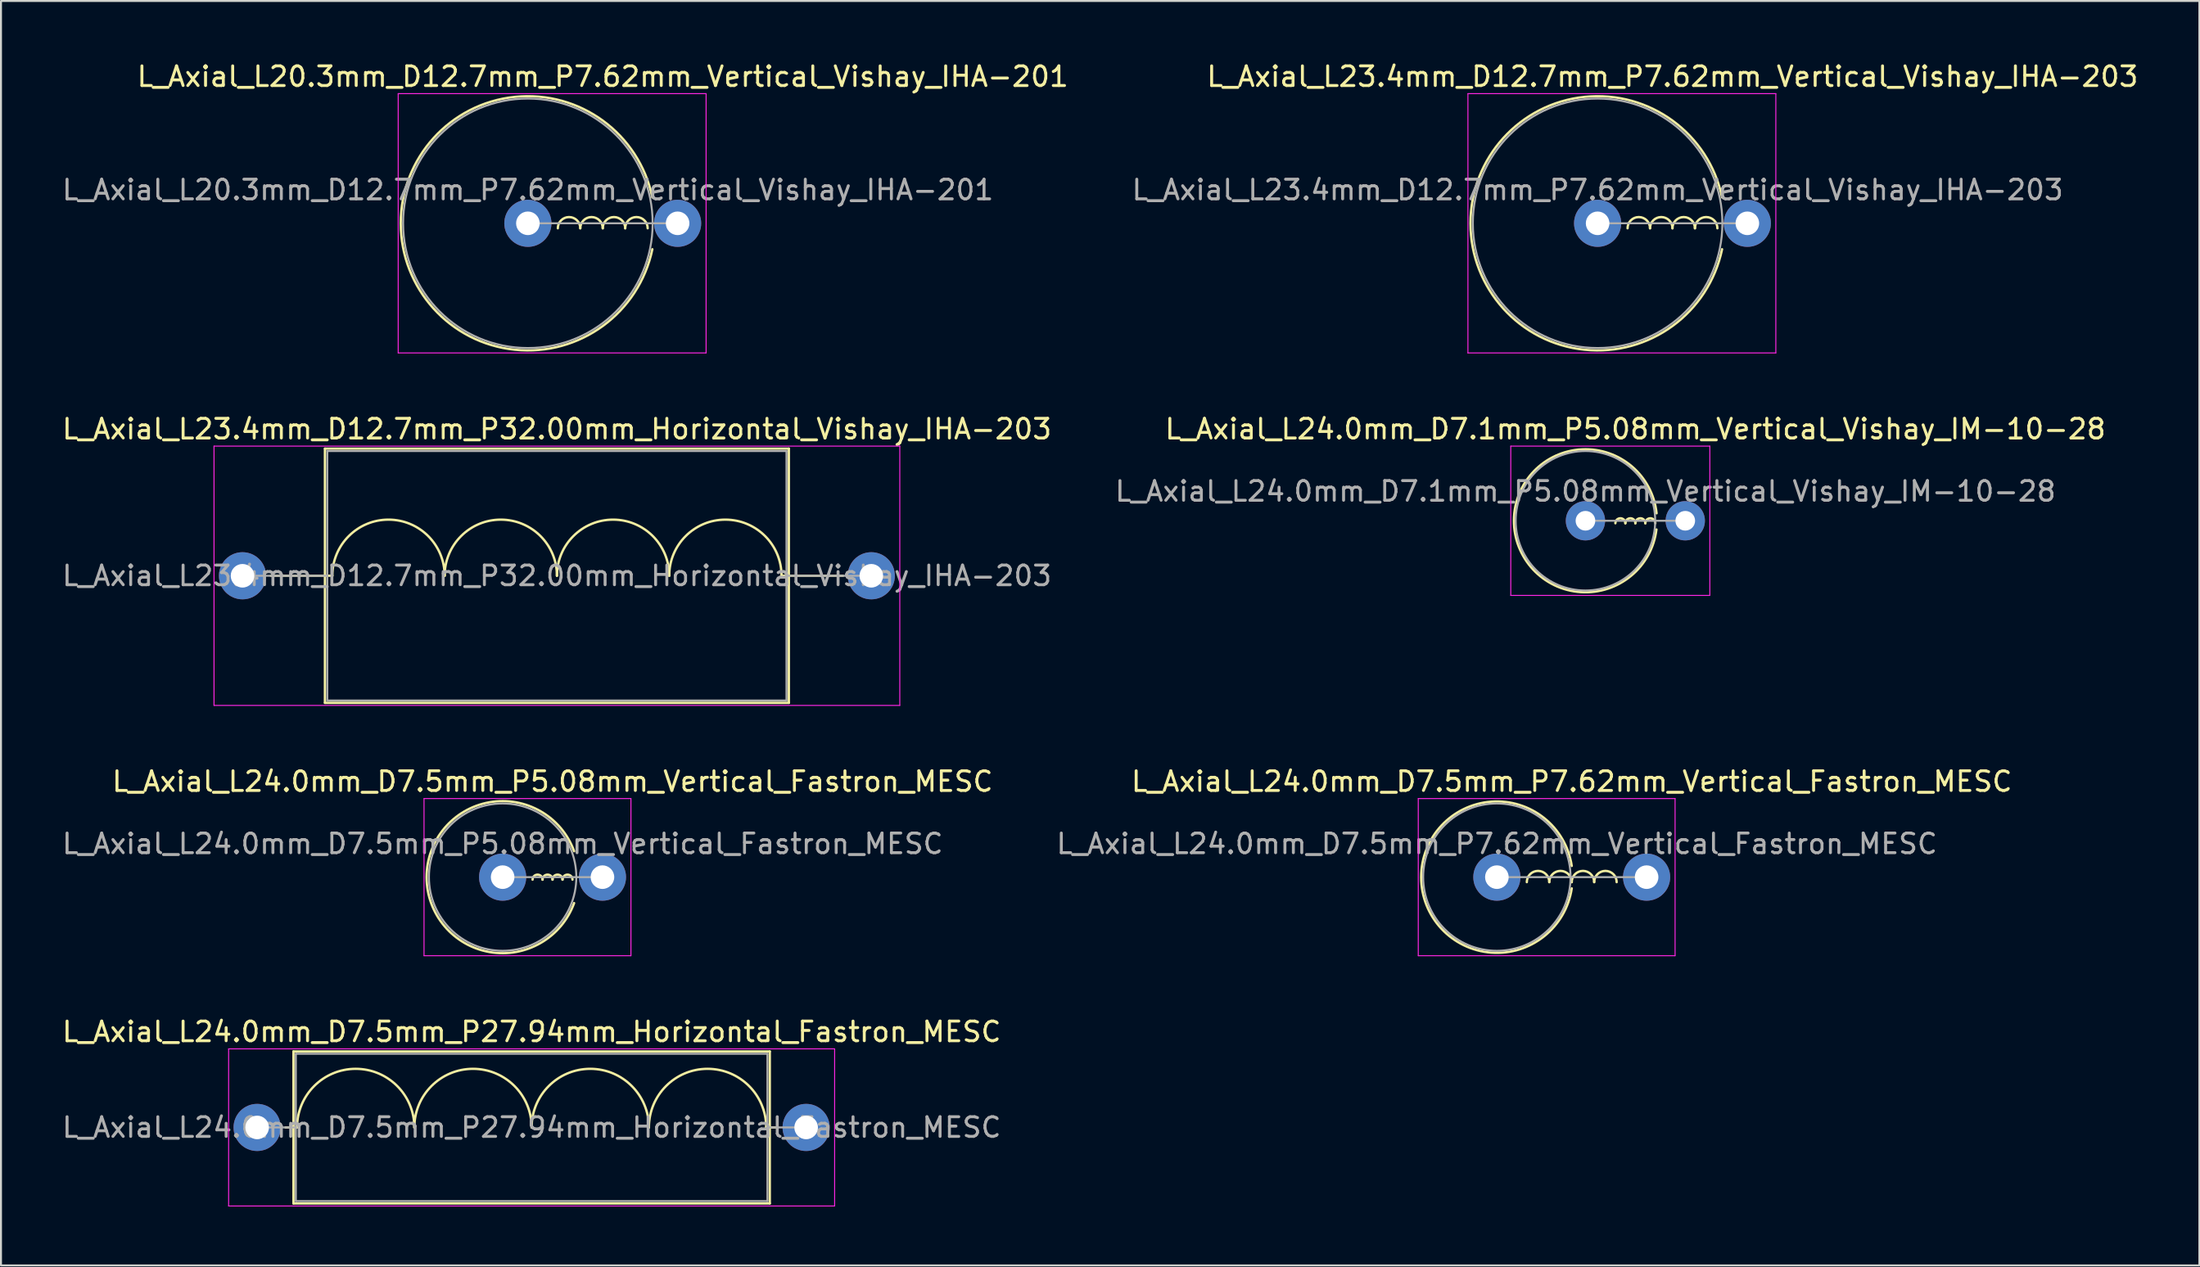
<source format=kicad_pcb>
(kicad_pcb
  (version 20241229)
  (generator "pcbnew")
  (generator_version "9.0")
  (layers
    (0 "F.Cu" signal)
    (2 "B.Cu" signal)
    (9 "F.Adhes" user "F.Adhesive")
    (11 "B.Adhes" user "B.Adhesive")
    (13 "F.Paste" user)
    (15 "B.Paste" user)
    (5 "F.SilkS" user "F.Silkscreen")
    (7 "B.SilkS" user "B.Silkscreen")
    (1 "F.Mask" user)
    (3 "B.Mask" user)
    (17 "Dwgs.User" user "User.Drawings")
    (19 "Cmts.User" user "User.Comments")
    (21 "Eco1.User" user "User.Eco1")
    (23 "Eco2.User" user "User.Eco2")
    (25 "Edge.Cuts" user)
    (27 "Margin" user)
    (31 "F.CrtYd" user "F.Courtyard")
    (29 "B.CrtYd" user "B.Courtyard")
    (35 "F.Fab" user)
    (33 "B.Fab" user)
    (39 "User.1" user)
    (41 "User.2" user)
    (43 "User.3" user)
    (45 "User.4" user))
  (footprint "L_Axial_L20.3mm_D12.7mm_P7.62mm_Vertical_Vishay_IHA-201"
    (layer "F.Cu")
    (at 23.815 8.318)
    (property "Reference" "L_Axial_L20.3mm_D12.7mm_P7.62mm_Vertical_Vishay_IHA-201" (at 3.81 -7.47 0) (layer "F.SilkS") (effects (font (size 1 1) (thickness 0.15))))
    (attr through_hole)
    (fp_arc (start 1.524 0.254) (mid 2.0955 -0.3175) (end 2.667 0.254) (stroke (width 0.12) (type solid)) (layer "F.SilkS"))
    (fp_arc (start 2.667 0.254) (mid 3.2385 -0.3175) (end 3.81 0.254) (stroke (width 0.12) (type solid)) (layer "F.SilkS"))
    (fp_arc (start 3.81 0.254) (mid 4.3815 -0.3175) (end 4.953 0.254) (stroke (width 0.12) (type solid)) (layer "F.SilkS"))
    (fp_arc (start 4.953 0.254) (mid 5.5245 -0.3175) (end 6.096 0.254) (stroke (width 0.12) (type solid)) (layer "F.SilkS"))
    (fp_arc (start 6.333917 1.32) (mid -6.47 0) (end 6.333917 -1.32) (stroke (width 0.12) (type solid)) (layer "F.SilkS"))
    (fp_line (start -6.6 -6.6) (end -6.6 6.6) (stroke (width 0.05) (type solid)) (layer "F.CrtYd"))
    (fp_line (start -6.6 6.6) (end 9.07 6.6) (stroke (width 0.05) (type solid)) (layer "F.CrtYd"))
    (fp_line (start 9.07 -6.6) (end -6.6 -6.6) (stroke (width 0.05) (type solid)) (layer "F.CrtYd"))
    (fp_line (start 9.07 6.6) (end 9.07 -6.6) (stroke (width 0.05) (type solid)) (layer "F.CrtYd"))
    (fp_line (start 0 0) (end 7.62 0) (stroke (width 0.1) (type solid)) (layer "F.Fab"))
    (fp_circle (center 0 0) (end 6.35 0) (stroke (width 0.1) (type solid)) (fill no) (layer "F.Fab"))
    (fp_text user "${REFERENCE}" (at 0 -1.7 0) (layer "F.Fab") (effects (font (size 1 1) (thickness 0.15))))
    (pad "1" thru_hole circle (at 0 0) (size 2.4 2.4) (drill 1.2) (layers "*.Cu" "*.Mask"))
    (pad "2" thru_hole oval (at 7.62 0) (size 2.4 2.4) (drill 1.2) (layers "*.Cu" "*.Mask")))
  (footprint "L_Axial_L24.0mm_D7.5mm_P5.08mm_Vertical_Fastron_MESC"
    (layer "F.Cu")
    (at 22.53 41.605)
    (property "Reference" "L_Axial_L24.0mm_D7.5mm_P5.08mm_Vertical_Fastron_MESC" (at 2.54 -4.87 0) (layer "F.SilkS") (effects (font (size 1 1) (thickness 0.15))))
    (attr through_hole)
    (fp_arc (start 1.524 0.127) (mid 1.778 -0.127) (end 2.032 0.127) (stroke (width 0.12) (type solid)) (layer "F.SilkS"))
    (fp_arc (start 2.032 0.127) (mid 2.286 -0.127) (end 2.54 0.127) (stroke (width 0.12) (type solid)) (layer "F.SilkS"))
    (fp_arc (start 2.54 0.127) (mid 2.794 -0.127) (end 3.048 0.127) (stroke (width 0.12) (type solid)) (layer "F.SilkS"))
    (fp_arc (start 3.048 0.127) (mid 3.302 -0.127) (end 3.556 0.127) (stroke (width 0.12) (type solid)) (layer "F.SilkS"))
    (fp_arc (start 3.637925 1.32) (mid -3.87 0) (end 3.637925 -1.32) (stroke (width 0.12) (type solid)) (layer "F.SilkS"))
    (fp_line (start -4 -4) (end -4 4) (stroke (width 0.05) (type solid)) (layer "F.CrtYd"))
    (fp_line (start -4 4) (end 6.53 4) (stroke (width 0.05) (type solid)) (layer "F.CrtYd"))
    (fp_line (start 6.53 -4) (end -4 -4) (stroke (width 0.05) (type solid)) (layer "F.CrtYd"))
    (fp_line (start 6.53 4) (end 6.53 -4) (stroke (width 0.05) (type solid)) (layer "F.CrtYd"))
    (fp_line (start 0 0) (end 5.08 0) (stroke (width 0.1) (type solid)) (layer "F.Fab"))
    (fp_circle (center 0 0) (end 3.75 0) (stroke (width 0.1) (type solid)) (fill no) (layer "F.Fab"))
    (fp_text user "${REFERENCE}" (at 0 -1.7 0) (layer "F.Fab") (effects (font (size 1 1) (thickness 0.15))))
    (pad "1" thru_hole circle (at 0 0) (size 2.4 2.4) (drill 1.2) (layers "*.Cu" "*.Mask"))
    (pad "2" thru_hole oval (at 5.08 0) (size 2.4 2.4) (drill 1.2) (layers "*.Cu" "*.Mask")))
  (footprint "L_Axial_L23.4mm_D12.7mm_P32.00mm_Horizontal_Vishay_IHA-203"
    (layer "F.Cu")
    (at 9.292 26.262)
    (property "Reference" "L_Axial_L23.4mm_D12.7mm_P32.00mm_Horizontal_Vishay_IHA-203" (at 16 -7.47 0) (layer "F.SilkS") (effects (font (size 1 1) (thickness 0.15))))
    (attr through_hole)
    (fp_line (start 1.44 0) (end 4.195 0) (stroke (width 0.12) (type solid)) (layer "F.SilkS"))
    (fp_line (start 4.195 -6.47) (end 4.195 6.47) (stroke (width 0.12) (type solid)) (layer "F.SilkS"))
    (fp_line (start 4.195 6.47) (end 27.805 6.47) (stroke (width 0.12) (type solid)) (layer "F.SilkS"))
    (fp_line (start 4.572 0) (end 4.191 0) (stroke (width 0.12) (type solid)) (layer "F.SilkS"))
    (fp_line (start 27.432 0) (end 27.813 0) (stroke (width 0.12) (type solid)) (layer "F.SilkS"))
    (fp_line (start 27.805 -6.47) (end 4.195 -6.47) (stroke (width 0.12) (type solid)) (layer "F.SilkS"))
    (fp_line (start 27.805 6.47) (end 27.805 -6.47) (stroke (width 0.12) (type solid)) (layer "F.SilkS"))
    (fp_line (start 30.56 0) (end 27.805 0) (stroke (width 0.12) (type solid)) (layer "F.SilkS"))
    (fp_arc (start 4.572 0) (mid 7.4295 -2.8575) (end 10.287 0) (stroke (width 0.12) (type solid)) (layer "F.SilkS"))
    (fp_arc (start 10.287 0) (mid 13.1445 -2.8575) (end 16.002 0) (stroke (width 0.12) (type solid)) (layer "F.SilkS"))
    (fp_arc (start 16.002 0) (mid 18.8595 -2.8575) (end 21.717 0) (stroke (width 0.12) (type solid)) (layer "F.SilkS"))
    (fp_arc (start 21.717 0) (mid 24.5745 -2.8575) (end 27.432 0) (stroke (width 0.12) (type solid)) (layer "F.SilkS"))
    (fp_line (start -1.45 -6.6) (end -1.45 6.6) (stroke (width 0.05) (type solid)) (layer "F.CrtYd"))
    (fp_line (start -1.45 6.6) (end 33.45 6.6) (stroke (width 0.05) (type solid)) (layer "F.CrtYd"))
    (fp_line (start 33.45 -6.6) (end -1.45 -6.6) (stroke (width 0.05) (type solid)) (layer "F.CrtYd"))
    (fp_line (start 33.45 6.6) (end 33.45 -6.6) (stroke (width 0.05) (type solid)) (layer "F.CrtYd"))
    (fp_line (start 0 0) (end 4.315 0) (stroke (width 0.1) (type solid)) (layer "F.Fab"))
    (fp_line (start 4.315 -6.35) (end 4.315 6.35) (stroke (width 0.1) (type solid)) (layer "F.Fab"))
    (fp_line (start 4.315 6.35) (end 27.685 6.35) (stroke (width 0.1) (type solid)) (layer "F.Fab"))
    (fp_line (start 27.685 -6.35) (end 4.315 -6.35) (stroke (width 0.1) (type solid)) (layer "F.Fab"))
    (fp_line (start 27.685 6.35) (end 27.685 -6.35) (stroke (width 0.1) (type solid)) (layer "F.Fab"))
    (fp_line (start 32 0) (end 27.685 0) (stroke (width 0.1) (type solid)) (layer "F.Fab"))
    (fp_text user "${REFERENCE}" (at 16 0 0) (layer "F.Fab") (effects (font (size 1 1) (thickness 0.15))))
    (pad "1" thru_hole circle (at 0 0) (size 2.4 2.4) (drill 1.2) (layers "*.Cu" "*.Mask"))
    (pad "2" thru_hole oval (at 32 0) (size 2.4 2.4) (drill 1.2) (layers "*.Cu" "*.Mask")))
  (footprint "L_Axial_L24.0mm_D7.5mm_P7.62mm_Vertical_Fastron_MESC"
    (layer "F.Cu")
    (at 73.129 41.605)
    (property "Reference" "L_Axial_L24.0mm_D7.5mm_P7.62mm_Vertical_Fastron_MESC" (at 3.81 -4.87 0) (layer "F.SilkS") (effects (font (size 1 1) (thickness 0.15))))
    (attr through_hole)
    (fp_arc (start 1.524 0.254) (mid 2.0955 -0.3175) (end 2.667 0.254) (stroke (width 0.12) (type solid)) (layer "F.SilkS"))
    (fp_arc (start 2.667 0.254) (mid 3.2385 -0.3175) (end 3.81 0.254) (stroke (width 0.12) (type solid)) (layer "F.SilkS"))
    (fp_arc (start 3.81 0.254) (mid 4.3815 -0.3175) (end 4.953 0.254) (stroke (width 0.12) (type solid)) (layer "F.SilkS"))
    (fp_arc (start 3.81 0.5715) (mid -3.852624 0) (end 3.81 -0.5715) (stroke (width 0.12) (type solid)) (layer "F.SilkS"))
    (fp_arc (start 4.953 0.254) (mid 5.5245 -0.3175) (end 6.096 0.254) (stroke (width 0.12) (type solid)) (layer "F.SilkS"))
    (fp_line (start -4 -4) (end -4 4) (stroke (width 0.05) (type solid)) (layer "F.CrtYd"))
    (fp_line (start -4 4) (end 9.07 4) (stroke (width 0.05) (type solid)) (layer "F.CrtYd"))
    (fp_line (start 9.07 -4) (end -4 -4) (stroke (width 0.05) (type solid)) (layer "F.CrtYd"))
    (fp_line (start 9.07 4) (end 9.07 -4) (stroke (width 0.05) (type solid)) (layer "F.CrtYd"))
    (fp_line (start 0 0) (end 7.62 0) (stroke (width 0.1) (type solid)) (layer "F.Fab"))
    (fp_circle (center 0 0) (end 3.75 0) (stroke (width 0.1) (type solid)) (fill no) (layer "F.Fab"))
    (fp_text user "${REFERENCE}" (at 0 -1.7 0) (layer "F.Fab") (effects (font (size 1 1) (thickness 0.15))))
    (pad "1" thru_hole circle (at 0 0) (size 2.4 2.4) (drill 1.2) (layers "*.Cu" "*.Mask"))
    (pad "2" thru_hole oval (at 7.62 0) (size 2.4 2.4) (drill 1.2) (layers "*.Cu" "*.Mask")))
  (footprint "L_Axial_L23.4mm_D12.7mm_P7.62mm_Vertical_Vishay_IHA-203"
    (layer "F.Cu")
    (at 78.256 8.318)
    (property "Reference" "L_Axial_L23.4mm_D12.7mm_P7.62mm_Vertical_Vishay_IHA-203" (at 3.81 -7.47 0) (layer "F.SilkS") (effects (font (size 1 1) (thickness 0.15))))
    (attr through_hole)
    (fp_arc (start 1.524 0.254) (mid 2.0955 -0.3175) (end 2.667 0.254) (stroke (width 0.12) (type solid)) (layer "F.SilkS"))
    (fp_arc (start 2.667 0.254) (mid 3.2385 -0.3175) (end 3.81 0.254) (stroke (width 0.12) (type solid)) (layer "F.SilkS"))
    (fp_arc (start 3.81 0.254) (mid 4.3815 -0.3175) (end 4.953 0.254) (stroke (width 0.12) (type solid)) (layer "F.SilkS"))
    (fp_arc (start 4.953 0.254) (mid 5.5245 -0.3175) (end 6.096 0.254) (stroke (width 0.12) (type solid)) (layer "F.SilkS"))
    (fp_arc (start 6.333917 1.32) (mid -6.47 0) (end 6.333917 -1.32) (stroke (width 0.12) (type solid)) (layer "F.SilkS"))
    (fp_line (start -6.6 -6.6) (end -6.6 6.6) (stroke (width 0.05) (type solid)) (layer "F.CrtYd"))
    (fp_line (start -6.6 6.6) (end 9.07 6.6) (stroke (width 0.05) (type solid)) (layer "F.CrtYd"))
    (fp_line (start 9.07 -6.6) (end -6.6 -6.6) (stroke (width 0.05) (type solid)) (layer "F.CrtYd"))
    (fp_line (start 9.07 6.6) (end 9.07 -6.6) (stroke (width 0.05) (type solid)) (layer "F.CrtYd"))
    (fp_line (start 0 0) (end 7.62 0) (stroke (width 0.1) (type solid)) (layer "F.Fab"))
    (fp_circle (center 0 0) (end 6.35 0) (stroke (width 0.1) (type solid)) (fill no) (layer "F.Fab"))
    (fp_text user "${REFERENCE}" (at 0 -1.7 0) (layer "F.Fab") (effects (font (size 1 1) (thickness 0.15))))
    (pad "1" thru_hole circle (at 0 0) (size 2.4 2.4) (drill 1.2) (layers "*.Cu" "*.Mask"))
    (pad "2" thru_hole oval (at 7.62 0) (size 2.4 2.4) (drill 1.2) (layers "*.Cu" "*.Mask")))
  (footprint "L_Axial_L24.0mm_D7.1mm_P5.08mm_Vertical_Vishay_IM-10-28"
    (layer "F.Cu")
    (at 77.637 23.462)
    (property "Reference" "L_Axial_L24.0mm_D7.1mm_P5.08mm_Vertical_Vishay_IM-10-28" (at 2.54 -4.67 0) (layer "F.SilkS") (effects (font (size 1 1) (thickness 0.15))))
    (attr through_hole)
    (fp_arc (start 1.524 0.127) (mid 1.778 -0.127) (end 2.032 0.127) (stroke (width 0.12) (type solid)) (layer "F.SilkS"))
    (fp_arc (start 2.032 0.127) (mid 2.286 -0.127) (end 2.54 0.127) (stroke (width 0.12) (type solid)) (layer "F.SilkS"))
    (fp_arc (start 2.54 0.127) (mid 2.794 -0.127) (end 3.048 0.127) (stroke (width 0.12) (type solid)) (layer "F.SilkS"))
    (fp_arc (start 3.048 0.127) (mid 3.302 -0.127) (end 3.556 0.127) (stroke (width 0.12) (type solid)) (layer "F.SilkS"))
    (fp_arc (start 3.612358 0.443624) (mid -3.63936 -0.031515) (end 3.619499 -0.380999) (stroke (width 0.12) (type solid)) (layer "F.SilkS"))
    (fp_line (start -3.8 -3.8) (end -3.8 3.8) (stroke (width 0.05) (type solid)) (layer "F.CrtYd"))
    (fp_line (start -3.8 3.8) (end 6.33 3.8) (stroke (width 0.05) (type solid)) (layer "F.CrtYd"))
    (fp_line (start 6.33 -3.8) (end -3.8 -3.8) (stroke (width 0.05) (type solid)) (layer "F.CrtYd"))
    (fp_line (start 6.33 3.8) (end 6.33 -3.8) (stroke (width 0.05) (type solid)) (layer "F.CrtYd"))
    (fp_line (start 0 0) (end 5.08 0) (stroke (width 0.1) (type solid)) (layer "F.Fab"))
    (fp_circle (center 0 0) (end 3.55 0) (stroke (width 0.1) (type solid)) (fill no) (layer "F.Fab"))
    (fp_text user "${REFERENCE}" (at 0 -1.5 0) (layer "F.Fab") (effects (font (size 1 1) (thickness 0.15))))
    (pad "1" thru_hole circle (at 0 0) (size 2 2) (drill 1) (layers "*.Cu" "*.Mask"))
    (pad "2" thru_hole oval (at 5.08 0) (size 2 2) (drill 1) (layers "*.Cu" "*.Mask")))
  (footprint "L_Axial_L24.0mm_D7.5mm_P27.94mm_Horizontal_Fastron_MESC"
    (layer "F.Cu")
    (at 10.036 54.348)
    (property "Reference" "L_Axial_L24.0mm_D7.5mm_P27.94mm_Horizontal_Fastron_MESC" (at 13.97 -4.87 0) (layer "F.SilkS") (effects (font (size 1 1) (thickness 0.15))))
    (attr through_hole)
    (fp_line (start 1.44 0) (end 1.85 0) (stroke (width 0.12) (type solid)) (layer "F.SilkS"))
    (fp_line (start 1.85 -3.87) (end 1.85 3.87) (stroke (width 0.12) (type solid)) (layer "F.SilkS"))
    (fp_line (start 1.85 3.87) (end 26.09 3.87) (stroke (width 0.12) (type solid)) (layer "F.SilkS"))
    (fp_line (start 2.032 0) (end 1.85 0) (stroke (width 0.12) (type solid)) (layer "F.SilkS"))
    (fp_line (start 25.908 0) (end 26.09 0) (stroke (width 0.12) (type solid)) (layer "F.SilkS"))
    (fp_line (start 26.09 -3.87) (end 1.85 -3.87) (stroke (width 0.12) (type solid)) (layer "F.SilkS"))
    (fp_line (start 26.09 3.87) (end 26.09 -3.87) (stroke (width 0.12) (type solid)) (layer "F.SilkS"))
    (fp_line (start 26.5 0) (end 26.09 0) (stroke (width 0.12) (type solid)) (layer "F.SilkS"))
    (fp_arc (start 2.032 0) (mid 5.0165 -2.9845) (end 8.001 0) (stroke (width 0.12) (type solid)) (layer "F.SilkS"))
    (fp_arc (start 8.001 0) (mid 10.9855 -2.9845) (end 13.97 0) (stroke (width 0.12) (type solid)) (layer "F.SilkS"))
    (fp_arc (start 13.97 0) (mid 16.9545 -2.9845) (end 19.939 0) (stroke (width 0.12) (type solid)) (layer "F.SilkS"))
    (fp_arc (start 19.939 0) (mid 22.9235 -2.9845) (end 25.908 0) (stroke (width 0.12) (type solid)) (layer "F.SilkS"))
    (fp_line (start -1.45 -4) (end -1.45 4) (stroke (width 0.05) (type solid)) (layer "F.CrtYd"))
    (fp_line (start -1.45 4) (end 29.39 4) (stroke (width 0.05) (type solid)) (layer "F.CrtYd"))
    (fp_line (start 29.39 -4) (end -1.45 -4) (stroke (width 0.05) (type solid)) (layer "F.CrtYd"))
    (fp_line (start 29.39 4) (end 29.39 -4) (stroke (width 0.05) (type solid)) (layer "F.CrtYd"))
    (fp_line (start 0 0) (end 1.97 0) (stroke (width 0.1) (type solid)) (layer "F.Fab"))
    (fp_line (start 1.97 -3.75) (end 1.97 3.75) (stroke (width 0.1) (type solid)) (layer "F.Fab"))
    (fp_line (start 1.97 3.75) (end 25.97 3.75) (stroke (width 0.1) (type solid)) (layer "F.Fab"))
    (fp_line (start 25.97 -3.75) (end 1.97 -3.75) (stroke (width 0.1) (type solid)) (layer "F.Fab"))
    (fp_line (start 25.97 3.75) (end 25.97 -3.75) (stroke (width 0.1) (type solid)) (layer "F.Fab"))
    (fp_line (start 27.94 0) (end 25.97 0) (stroke (width 0.1) (type solid)) (layer "F.Fab"))
    (fp_text user "${REFERENCE}" (at 13.97 0 0) (layer "F.Fab") (effects (font (size 1 1) (thickness 0.15))))
    (pad "1" thru_hole circle (at 0 0) (size 2.4 2.4) (drill 1.2) (layers "*.Cu" "*.Mask"))
    (pad "2" thru_hole oval (at 27.94 0) (size 2.4 2.4) (drill 1.2) (layers "*.Cu" "*.Mask")))
  (gr_rect
    (start -3 -3)
    (end 108.882 61.373)
    (stroke (width 0.1) (type default))
    (fill no)
    (layer "Edge.Cuts")))
</source>
